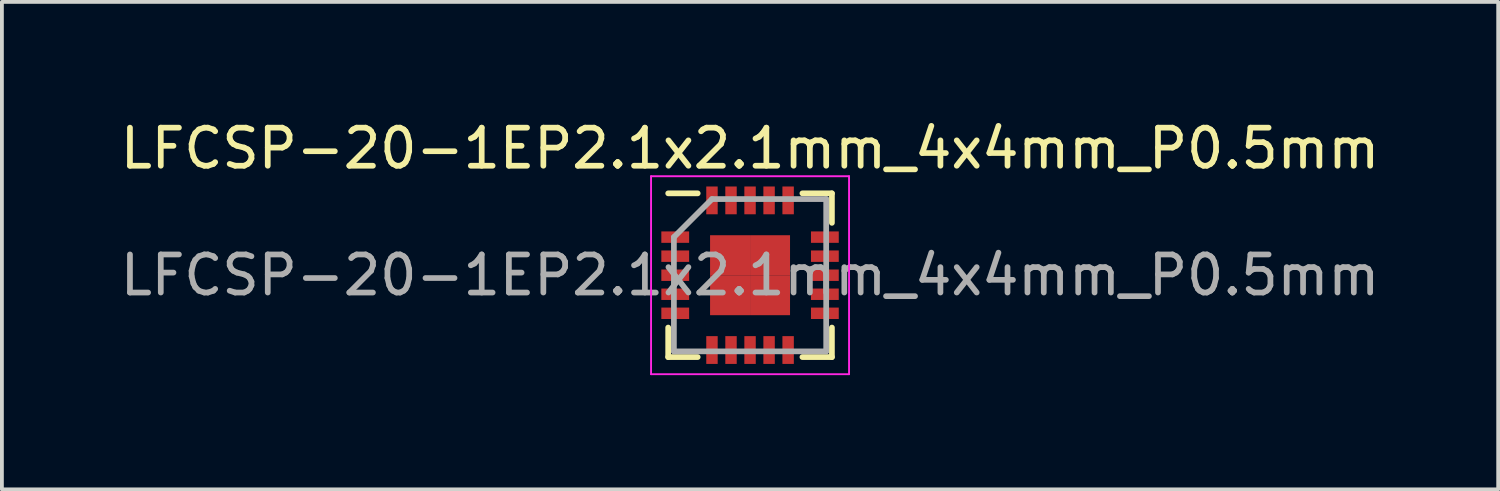
<source format=kicad_pcb>
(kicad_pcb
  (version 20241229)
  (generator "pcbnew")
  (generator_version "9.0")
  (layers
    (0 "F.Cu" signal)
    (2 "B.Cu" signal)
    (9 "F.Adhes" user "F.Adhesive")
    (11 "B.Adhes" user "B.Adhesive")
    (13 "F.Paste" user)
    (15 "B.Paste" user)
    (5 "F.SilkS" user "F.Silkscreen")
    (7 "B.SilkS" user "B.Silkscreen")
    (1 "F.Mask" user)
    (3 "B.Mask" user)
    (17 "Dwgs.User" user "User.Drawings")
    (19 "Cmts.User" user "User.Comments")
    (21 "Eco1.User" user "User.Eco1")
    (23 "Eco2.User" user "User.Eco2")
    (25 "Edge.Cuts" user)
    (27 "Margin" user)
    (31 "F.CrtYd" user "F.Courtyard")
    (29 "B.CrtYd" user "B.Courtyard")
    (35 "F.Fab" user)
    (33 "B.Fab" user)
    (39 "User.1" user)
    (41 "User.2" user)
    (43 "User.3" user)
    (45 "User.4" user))
  (footprint "LFCSP-20-1EP2.1x2.1mm_4x4mm_P0.5mm"
    (layer "F.Cu")
    (at 16.649 4.178)
    (property "Reference" "LFCSP-20-1EP2.1x2.1mm_4x4mm_P0.5mm" (at 0 -3.33 0) (layer "F.SilkS") (effects (font (size 1 1) (thickness 0.15))))
    (attr smd)
    (fp_line (start -2.15 -2.15) (end -1.375 -2.15) (stroke (width 0.15) (type solid)) (layer "F.SilkS"))
    (fp_line (start -2.15 2.15) (end -2.15 1.375) (stroke (width 0.15) (type solid)) (layer "F.SilkS"))
    (fp_line (start -2.15 2.15) (end -1.375 2.15) (stroke (width 0.15) (type solid)) (layer "F.SilkS"))
    (fp_line (start 2.15 -2.15) (end 1.375 -2.15) (stroke (width 0.15) (type solid)) (layer "F.SilkS"))
    (fp_line (start 2.15 -2.15) (end 2.15 -1.375) (stroke (width 0.15) (type solid)) (layer "F.SilkS"))
    (fp_line (start 2.15 2.15) (end 1.375 2.15) (stroke (width 0.15) (type solid)) (layer "F.SilkS"))
    (fp_line (start 2.15 2.15) (end 2.15 1.375) (stroke (width 0.15) (type solid)) (layer "F.SilkS"))
    (fp_line (start -2.6 -2.6) (end -2.6 2.6) (stroke (width 0.05) (type solid)) (layer "F.CrtYd"))
    (fp_line (start -2.6 -2.6) (end 2.6 -2.6) (stroke (width 0.05) (type solid)) (layer "F.CrtYd"))
    (fp_line (start -2.6 2.6) (end 2.6 2.6) (stroke (width 0.05) (type solid)) (layer "F.CrtYd"))
    (fp_line (start 2.6 -2.6) (end 2.6 2.6) (stroke (width 0.05) (type solid)) (layer "F.CrtYd"))
    (fp_line (start -2 -1) (end -1 -2) (stroke (width 0.15) (type solid)) (layer "F.Fab"))
    (fp_line (start -2 2) (end -2 -1) (stroke (width 0.15) (type solid)) (layer "F.Fab"))
    (fp_line (start -1 -2) (end 2 -2) (stroke (width 0.15) (type solid)) (layer "F.Fab"))
    (fp_line (start 2 -2) (end 2 2) (stroke (width 0.15) (type solid)) (layer "F.Fab"))
    (fp_line (start 2 2) (end -2 2) (stroke (width 0.15) (type solid)) (layer "F.Fab"))
    (fp_text user "${REFERENCE}" (at 0 0 0) (layer "F.Fab") (effects (font (size 1 1) (thickness 0.15))))
    (pad "1" smd rect (at -1.965 -1) (size 0.73 0.3) (layers "F.Cu" "F.Mask" "F.Paste"))
    (pad "2" smd rect (at -1.965 -0.5) (size 0.73 0.3) (layers "F.Cu" "F.Mask" "F.Paste"))
    (pad "3" smd rect (at -1.965 0) (size 0.73 0.3) (layers "F.Cu" "F.Mask" "F.Paste"))
    (pad "4" smd rect (at -1.965 0.5) (size 0.73 0.3) (layers "F.Cu" "F.Mask" "F.Paste"))
    (pad "5" smd rect (at -1.965 1) (size 0.73 0.3) (layers "F.Cu" "F.Mask" "F.Paste"))
    (pad "6" smd rect (at -1 1.965 90) (size 0.73 0.3) (layers "F.Cu" "F.Mask" "F.Paste"))
    (pad "7" smd rect (at -0.5 1.965 90) (size 0.73 0.3) (layers "F.Cu" "F.Mask" "F.Paste"))
    (pad "8" smd rect (at 0 1.965 90) (size 0.73 0.3) (layers "F.Cu" "F.Mask" "F.Paste"))
    (pad "9" smd rect (at 0.5 1.965 90) (size 0.73 0.3) (layers "F.Cu" "F.Mask" "F.Paste"))
    (pad "10" smd rect (at 1 1.965 90) (size 0.73 0.3) (layers "F.Cu" "F.Mask" "F.Paste"))
    (pad "11" smd rect (at 1.965 1) (size 0.73 0.3) (layers "F.Cu" "F.Mask" "F.Paste"))
    (pad "12" smd rect (at 1.965 0.5) (size 0.73 0.3) (layers "F.Cu" "F.Mask" "F.Paste"))
    (pad "13" smd rect (at 1.965 0) (size 0.73 0.3) (layers "F.Cu" "F.Mask" "F.Paste"))
    (pad "14" smd rect (at 1.965 -0.5) (size 0.73 0.3) (layers "F.Cu" "F.Mask" "F.Paste"))
    (pad "15" smd rect (at 1.965 -1) (size 0.73 0.3) (layers "F.Cu" "F.Mask" "F.Paste"))
    (pad "16" smd rect (at 1 -1.965 90) (size 0.73 0.3) (layers "F.Cu" "F.Mask" "F.Paste"))
    (pad "17" smd rect (at 0.5 -1.965 90) (size 0.73 0.3) (layers "F.Cu" "F.Mask" "F.Paste"))
    (pad "18" smd rect (at 0 -1.965 90) (size 0.73 0.3) (layers "F.Cu" "F.Mask" "F.Paste"))
    (pad "19" smd rect (at -0.5 -1.965 90) (size 0.73 0.3) (layers "F.Cu" "F.Mask" "F.Paste"))
    (pad "20" smd rect (at -1 -1.965 90) (size 0.73 0.3) (layers "F.Cu" "F.Mask" "F.Paste"))
    (pad "21" smd rect (at -0.525 -0.525) (size 1.05 1.05) (layers "F.Cu" "F.Mask" "F.Paste"))
    (pad "21" smd rect (at -0.525 0.525) (size 1.05 1.05) (layers "F.Cu" "F.Mask" "F.Paste"))
    (pad "21" smd rect (at 0.525 -0.525) (size 1.05 1.05) (layers "F.Cu" "F.Mask" "F.Paste"))
    (pad "21" smd rect (at 0.525 0.525) (size 1.05 1.05) (layers "F.Cu" "F.Mask" "F.Paste")))
  (gr_rect
    (start -3 -3)
    (end 36.298 9.803)
    (stroke (width 0.1) (type default))
    (fill no)
    (layer "Edge.Cuts")))
</source>
